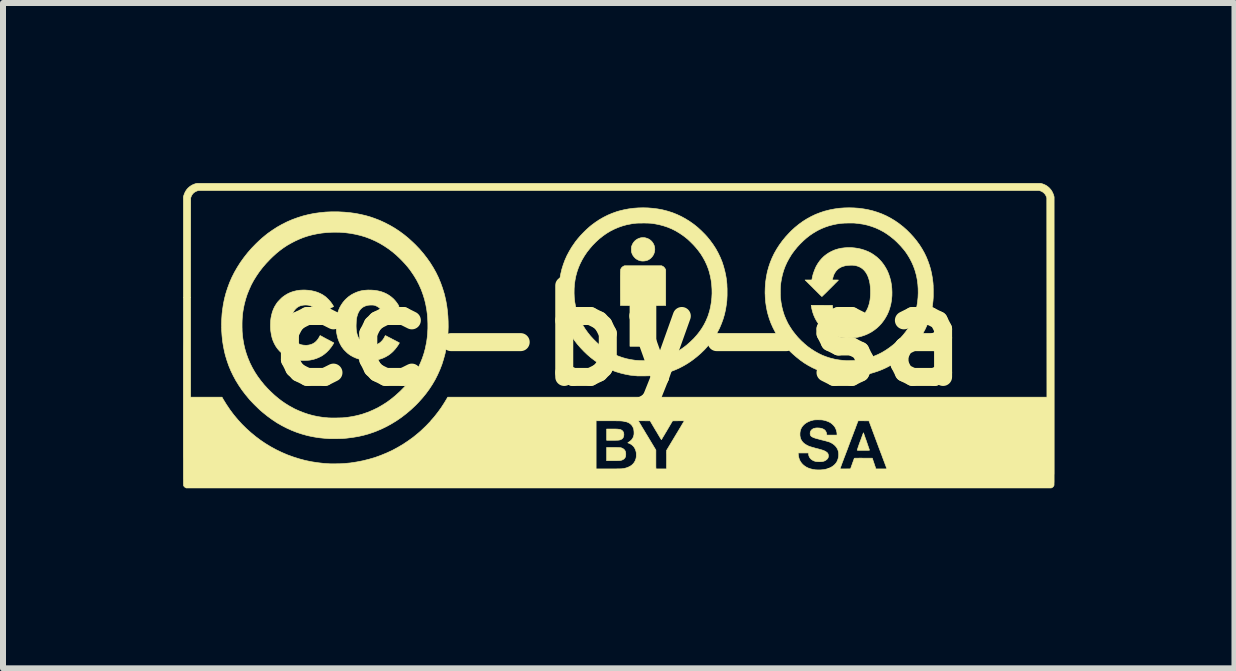
<source format=kicad_pcb>
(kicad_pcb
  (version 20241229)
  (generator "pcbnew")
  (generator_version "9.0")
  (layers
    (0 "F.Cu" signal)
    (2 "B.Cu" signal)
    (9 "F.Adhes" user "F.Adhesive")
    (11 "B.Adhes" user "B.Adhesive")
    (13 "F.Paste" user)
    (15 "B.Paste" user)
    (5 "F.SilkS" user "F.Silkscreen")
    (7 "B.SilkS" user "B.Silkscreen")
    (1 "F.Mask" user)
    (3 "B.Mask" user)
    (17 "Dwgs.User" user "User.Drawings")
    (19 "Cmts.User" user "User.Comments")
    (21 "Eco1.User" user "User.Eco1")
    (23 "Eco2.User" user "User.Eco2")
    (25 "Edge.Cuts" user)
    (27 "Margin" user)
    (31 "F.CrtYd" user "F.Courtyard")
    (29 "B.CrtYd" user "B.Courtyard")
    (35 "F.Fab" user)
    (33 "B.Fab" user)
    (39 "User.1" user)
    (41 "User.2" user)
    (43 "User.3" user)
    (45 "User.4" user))
  (footprint "cc-by-sa"
    (layer "F.Cu")
    (at 7.261 2.543)
    (property "Reference" "cc-by-sa" (at 0 0 0) (layer "F.SilkS") (effects (font (size 1.524 1.524) (thickness 0.3))))
    (attr through_hole)
    (fp_poly (pts (xy -0.116 1.557) (xy -0.085 1.557) (xy -0.059 1.557) (xy -0.036 1.558) (xy -0.017 1.559) (xy -0.001 1.561) (xy 0.012 1.563) (xy 0.023 1.565) (xy 0.033 1.568) (xy 0.042 1.572) (xy 0.05 1.577) (xy 0.051 1.577) (xy 0.065 1.589) (xy 0.076 1.604) (xy 0.083 1.622) (xy 0.086 1.643) (xy 0.086 1.658) (xy 0.082 1.679) (xy 0.076 1.697) (xy 0.067 1.711) (xy 0.054 1.723) (xy 0.043 1.729) (xy 0.036 1.733) (xy 0.029 1.736) (xy 0.022 1.738) (xy 0.014 1.74) (xy 0.004 1.742) (xy -0.008 1.743) (xy -0.022 1.744) (xy -0.039 1.744) (xy -0.06 1.745) (xy -0.085 1.745) (xy -0.103 1.745) (xy -0.201 1.745) (xy -0.201 1.557) (xy -0.116 1.557)) (stroke (width 0.01) (type solid)) (fill yes) (layer "F.SilkS"))
    (fp_poly (pts (xy 0.732 -1.156) (xy 0.75 -1.145) (xy 0.764 -1.13) (xy 0.775 -1.113) (xy 0.778 -1.108) (xy 0.784 -1.093) (xy 0.784 -0.502) (xy 0.703 -0.501) (xy 0.622 -0.5) (xy 0.622 0.178) (xy 0.188 0.178) (xy 0.188 -0.5) (xy 0.029 -0.502) (xy 0.028 -0.789) (xy 0.028 -0.834) (xy 0.028 -0.875) (xy 0.028 -0.912) (xy 0.028 -0.944) (xy 0.028 -0.973) (xy 0.028 -0.997) (xy 0.029 -1.019) (xy 0.029 -1.037) (xy 0.029 -1.053) (xy 0.03 -1.066) (xy 0.03 -1.076) (xy 0.031 -1.085) (xy 0.032 -1.092) (xy 0.032 -1.098) (xy 0.033 -1.103) (xy 0.035 -1.107) (xy 0.036 -1.111) (xy 0.038 -1.114) (xy 0.039 -1.116) (xy 0.048 -1.131) (xy 0.062 -1.144) (xy 0.077 -1.155) (xy 0.082 -1.157) (xy 0.098 -1.164) (xy 0.715 -1.164) (xy 0.732 -1.156)) (stroke (width 0.01) (type solid)) (fill yes) (layer "F.SilkS"))
    (fp_poly (pts (xy -0.088 1.865) (xy -0.06 1.865) (xy -0.035 1.865) (xy -0.015 1.866) (xy 0.001 1.866) (xy 0.015 1.867) (xy 0.026 1.868) (xy 0.035 1.869) (xy 0.043 1.871) (xy 0.049 1.873) (xy 0.056 1.876) (xy 0.062 1.879) (xy 0.069 1.882) (xy 0.086 1.894) (xy 0.099 1.908) (xy 0.109 1.924) (xy 0.115 1.944) (xy 0.118 1.968) (xy 0.118 1.978) (xy 0.117 1.997) (xy 0.115 2.012) (xy 0.111 2.025) (xy 0.104 2.037) (xy 0.1 2.043) (xy 0.088 2.056) (xy 0.072 2.066) (xy 0.056 2.074) (xy 0.05 2.076) (xy 0.041 2.078) (xy 0.033 2.08) (xy 0.023 2.082) (xy 0.011 2.083) (xy -0.003 2.084) (xy -0.02 2.084) (xy -0.041 2.085) (xy -0.065 2.085) (xy -0.094 2.085) (xy -0.101 2.085) (xy -0.201 2.085) (xy -0.201 1.864) (xy -0.088 1.865)) (stroke (width 0.01) (type solid)) (fill yes) (layer "F.SilkS"))
    (fp_poly (pts (xy 0.431 -1.632) (xy 0.446 -1.629) (xy 0.476 -1.62) (xy 0.503 -1.608) (xy 0.528 -1.591) (xy 0.55 -1.571) (xy 0.568 -1.548) (xy 0.583 -1.522) (xy 0.594 -1.494) (xy 0.6 -1.464) (xy 0.602 -1.437) (xy 0.599 -1.407) (xy 0.592 -1.378) (xy 0.581 -1.35) (xy 0.565 -1.324) (xy 0.546 -1.301) (xy 0.524 -1.281) (xy 0.498 -1.264) (xy 0.483 -1.257) (xy 0.459 -1.249) (xy 0.431 -1.244) (xy 0.403 -1.242) (xy 0.376 -1.244) (xy 0.36 -1.247) (xy 0.33 -1.257) (xy 0.303 -1.271) (xy 0.278 -1.289) (xy 0.257 -1.311) (xy 0.238 -1.336) (xy 0.224 -1.364) (xy 0.219 -1.378) (xy 0.216 -1.386) (xy 0.215 -1.394) (xy 0.213 -1.401) (xy 0.213 -1.41) (xy 0.212 -1.422) (xy 0.212 -1.437) (xy 0.212 -1.437) (xy 0.212 -1.453) (xy 0.213 -1.464) (xy 0.213 -1.473) (xy 0.214 -1.481) (xy 0.216 -1.488) (xy 0.219 -1.495) (xy 0.219 -1.497) (xy 0.232 -1.527) (xy 0.248 -1.553) (xy 0.267 -1.575) (xy 0.285 -1.591) (xy 0.311 -1.608) (xy 0.339 -1.621) (xy 0.369 -1.63) (xy 0.4 -1.633) (xy 0.431 -1.632)) (stroke (width 0.01) (type solid)) (fill yes) (layer "F.SilkS"))
    (fp_poly (pts (xy 4.08 1.622) (xy 4.083 1.63) (xy 4.087 1.641) (xy 4.092 1.655) (xy 4.098 1.673) (xy 4.105 1.693) (xy 4.113 1.716) (xy 4.122 1.74) (xy 4.13 1.764) (xy 4.139 1.79) (xy 4.147 1.814) (xy 4.155 1.837) (xy 4.162 1.857) (xy 4.168 1.874) (xy 4.173 1.889) (xy 4.177 1.9) (xy 4.179 1.907) (xy 4.18 1.909) (xy 4.179 1.91) (xy 4.176 1.911) (xy 4.171 1.911) (xy 4.162 1.912) (xy 4.15 1.912) (xy 4.134 1.912) (xy 4.114 1.912) (xy 4.09 1.912) (xy 4.078 1.912) (xy 4.05 1.912) (xy 4.026 1.912) (xy 4.007 1.912) (xy 3.993 1.912) (xy 3.983 1.911) (xy 3.977 1.91) (xy 3.975 1.91) (xy 3.975 1.91) (xy 3.976 1.906) (xy 3.978 1.899) (xy 3.982 1.888) (xy 3.987 1.874) (xy 3.992 1.857) (xy 3.999 1.838) (xy 4.006 1.817) (xy 4.014 1.795) (xy 4.022 1.773) (xy 4.031 1.75) (xy 4.039 1.728) (xy 4.047 1.706) (xy 4.054 1.686) (xy 4.061 1.667) (xy 4.067 1.651) (xy 4.072 1.638) (xy 4.076 1.628) (xy 4.078 1.622) (xy 4.079 1.62) (xy 4.08 1.622)) (stroke (width 0.01) (type solid)) (fill yes) (layer "F.SilkS"))
    (fp_poly (pts (xy -4.12 -0.758) (xy -4.064 -0.754) (xy -4.011 -0.745) (xy -3.961 -0.733) (xy -3.913 -0.716) (xy -3.868 -0.695) (xy -3.826 -0.67) (xy -3.786 -0.641) (xy -3.75 -0.609) (xy -3.717 -0.572) (xy -3.706 -0.557) (xy -3.697 -0.545) (xy -3.688 -0.532) (xy -3.679 -0.519) (xy -3.672 -0.507) (xy -3.666 -0.497) (xy -3.662 -0.489) (xy -3.661 -0.488) (xy -3.662 -0.486) (xy -3.665 -0.484) (xy -3.671 -0.48) (xy -3.679 -0.475) (xy -3.691 -0.469) (xy -3.706 -0.461) (xy -3.725 -0.452) (xy -3.748 -0.44) (xy -3.774 -0.427) (xy -3.787 -0.42) (xy -3.818 -0.405) (xy -3.845 -0.392) (xy -3.867 -0.381) (xy -3.885 -0.373) (xy -3.899 -0.366) (xy -3.908 -0.362) (xy -3.914 -0.36) (xy -3.916 -0.36) (xy -3.917 -0.364) (xy -3.921 -0.371) (xy -3.924 -0.378) (xy -3.944 -0.411) (xy -3.966 -0.439) (xy -3.99 -0.463) (xy -4.017 -0.482) (xy -4.045 -0.496) (xy -4.069 -0.505) (xy -4.082 -0.507) (xy -4.098 -0.509) (xy -4.117 -0.509) (xy -4.137 -0.509) (xy -4.156 -0.508) (xy -4.174 -0.506) (xy -4.189 -0.504) (xy -4.191 -0.503) (xy -4.223 -0.493) (xy -4.252 -0.48) (xy -4.277 -0.463) (xy -4.3 -0.442) (xy -4.319 -0.418) (xy -4.336 -0.389) (xy -4.35 -0.357) (xy -4.361 -0.32) (xy -4.369 -0.283) (xy -4.371 -0.267) (xy -4.373 -0.246) (xy -4.374 -0.223) (xy -4.375 -0.198) (xy -4.376 -0.173) (xy -4.376 -0.149) (xy -4.375 -0.127) (xy -4.374 -0.107) (xy -4.374 -0.105) (xy -4.368 -0.061) (xy -4.359 -0.02) (xy -4.346 0.016) (xy -4.331 0.049) (xy -4.313 0.077) (xy -4.292 0.101) (xy -4.268 0.121) (xy -4.241 0.137) (xy -4.211 0.149) (xy -4.195 0.154) (xy -4.181 0.157) (xy -4.166 0.159) (xy -4.15 0.161) (xy -4.13 0.161) (xy -4.125 0.161) (xy -4.091 0.16) (xy -4.061 0.156) (xy -4.034 0.149) (xy -4.01 0.138) (xy -3.986 0.124) (xy -3.964 0.106) (xy -3.958 0.101) (xy -3.935 0.076) (xy -3.915 0.048) (xy -3.9 0.02) (xy -3.895 0.011) (xy -3.891 0.004) (xy -3.889 0.000329) (xy -3.888 0) (xy -3.886 0.001) (xy -3.879 0.004) (xy -3.869 0.009) (xy -3.857 0.016) (xy -3.841 0.024) (xy -3.824 0.033) (xy -3.805 0.042) (xy -3.786 0.052) (xy -3.766 0.063) (xy -3.746 0.073) (xy -3.727 0.083) (xy -3.709 0.092) (xy -3.693 0.101) (xy -3.679 0.108) (xy -3.668 0.114) (xy -3.66 0.118) (xy -3.656 0.121) (xy -3.655 0.121) (xy -3.656 0.123) (xy -3.659 0.13) (xy -3.664 0.138) (xy -3.67 0.149) (xy -3.678 0.161) (xy -3.686 0.173) (xy -3.694 0.184) (xy -3.727 0.227) (xy -3.763 0.266) (xy -3.801 0.3) (xy -3.841 0.329) (xy -3.884 0.354) (xy -3.929 0.375) (xy -3.977 0.392) (xy -4.028 0.404) (xy -4.071 0.41) (xy -4.086 0.412) (xy -4.106 0.413) (xy -4.128 0.413) (xy -4.151 0.414) (xy -4.173 0.414) (xy -4.195 0.413) (xy -4.213 0.412) (xy -4.224 0.411) (xy -4.279 0.403) (xy -4.331 0.391) (xy -4.38 0.374) (xy -4.427 0.353) (xy -4.471 0.328) (xy -4.491 0.314) (xy -4.506 0.303) (xy -4.522 0.29) (xy -4.539 0.274) (xy -4.556 0.257) (xy -4.572 0.241) (xy -4.585 0.227) (xy -4.587 0.224) (xy -4.616 0.185) (xy -4.64 0.143) (xy -4.661 0.097) (xy -4.679 0.049) (xy -4.692 -0.003) (xy -4.703 -0.059) (xy -4.703 -0.06) (xy -4.704 -0.073) (xy -4.705 -0.09) (xy -4.706 -0.11) (xy -4.707 -0.133) (xy -4.707 -0.157) (xy -4.708 -0.181) (xy -4.707 -0.205) (xy -4.707 -0.227) (xy -4.706 -0.246) (xy -4.705 -0.262) (xy -4.704 -0.272) (xy -4.695 -0.327) (xy -4.682 -0.379) (xy -4.666 -0.427) (xy -4.646 -0.472) (xy -4.622 -0.514) (xy -4.595 -0.553) (xy -4.564 -0.59) (xy -4.539 -0.615) (xy -4.501 -0.648) (xy -4.46 -0.677) (xy -4.417 -0.701) (xy -4.372 -0.721) (xy -4.353 -0.728) (xy -4.32 -0.739) (xy -4.287 -0.747) (xy -4.254 -0.753) (xy -4.218 -0.756) (xy -4.179 -0.759) (xy -4.178 -0.759) (xy -4.12 -0.758)) (stroke (width 0.01) (type solid)) (fill yes) (layer "F.SilkS"))
    (fp_poly (pts (xy -5.226 -0.759) (xy -5.169 -0.755) (xy -5.116 -0.747) (xy -5.066 -0.736) (xy -5.019 -0.721) (xy -4.975 -0.702) (xy -4.933 -0.68) (xy -4.895 -0.654) (xy -4.881 -0.643) (xy -4.866 -0.629) (xy -4.849 -0.613) (xy -4.833 -0.597) (xy -4.818 -0.58) (xy -4.804 -0.564) (xy -4.796 -0.554) (xy -4.789 -0.544) (xy -4.781 -0.533) (xy -4.773 -0.521) (xy -4.766 -0.51) (xy -4.76 -0.5) (xy -4.755 -0.492) (xy -4.752 -0.487) (xy -4.752 -0.485) (xy -4.754 -0.484) (xy -4.76 -0.48) (xy -4.77 -0.475) (xy -4.783 -0.469) (xy -4.798 -0.461) (xy -4.815 -0.451) (xy -4.834 -0.442) (xy -4.854 -0.431) (xy -4.875 -0.421) (xy -4.895 -0.41) (xy -4.915 -0.4) (xy -4.934 -0.391) (xy -4.952 -0.382) (xy -4.967 -0.374) (xy -4.98 -0.367) (xy -4.991 -0.362) (xy -4.997 -0.359) (xy -5 -0.358) (xy -5.002 -0.36) (xy -5.006 -0.366) (xy -5.009 -0.371) (xy -5.015 -0.384) (xy -5.024 -0.399) (xy -5.035 -0.414) (xy -5.045 -0.429) (xy -5.055 -0.441) (xy -5.056 -0.442) (xy -5.079 -0.464) (xy -5.106 -0.482) (xy -5.134 -0.496) (xy -5.165 -0.505) (xy -5.167 -0.506) (xy -5.194 -0.509) (xy -5.223 -0.51) (xy -5.252 -0.508) (xy -5.281 -0.503) (xy -5.307 -0.496) (xy -5.319 -0.491) (xy -5.346 -0.477) (xy -5.37 -0.459) (xy -5.391 -0.438) (xy -5.41 -0.413) (xy -5.425 -0.385) (xy -5.438 -0.352) (xy -5.449 -0.315) (xy -5.457 -0.274) (xy -5.457 -0.273) (xy -5.459 -0.258) (xy -5.46 -0.239) (xy -5.461 -0.217) (xy -5.462 -0.193) (xy -5.462 -0.168) (xy -5.462 -0.143) (xy -5.461 -0.12) (xy -5.46 -0.1) (xy -5.458 -0.082) (xy -5.457 -0.076) (xy -5.449 -0.035) (xy -5.439 0.001) (xy -5.427 0.033) (xy -5.412 0.061) (xy -5.395 0.086) (xy -5.375 0.107) (xy -5.373 0.108) (xy -5.348 0.127) (xy -5.32 0.142) (xy -5.29 0.153) (xy -5.257 0.159) (xy -5.221 0.162) (xy -5.199 0.162) (xy -5.162 0.157) (xy -5.129 0.149) (xy -5.098 0.136) (xy -5.069 0.119) (xy -5.043 0.097) (xy -5.02 0.071) (xy -4.999 0.041) (xy -4.987 0.018) (xy -4.982 0.01) (xy -4.978 0.003) (xy -4.976 0.000186) (xy -4.975 0) (xy -4.971 0.001) (xy -4.967 0.004) (xy -4.964 0.005) (xy -4.956 0.009) (xy -4.945 0.015) (xy -4.931 0.023) (xy -4.915 0.032) (xy -4.896 0.042) (xy -4.876 0.053) (xy -4.855 0.064) (xy -4.833 0.075) (xy -4.813 0.086) (xy -4.795 0.095) (xy -4.779 0.104) (xy -4.766 0.111) (xy -4.756 0.116) (xy -4.749 0.12) (xy -4.747 0.121) (xy -4.747 0.121) (xy -4.748 0.123) (xy -4.751 0.129) (xy -4.756 0.138) (xy -4.763 0.148) (xy -4.77 0.16) (xy -4.778 0.172) (xy -4.786 0.184) (xy -4.794 0.194) (xy -4.795 0.196) (xy -4.829 0.238) (xy -4.865 0.275) (xy -4.903 0.307) (xy -4.943 0.336) (xy -4.987 0.359) (xy -5.033 0.379) (xy -5.082 0.395) (xy -5.134 0.406) (xy -5.137 0.407) (xy -5.152 0.409) (xy -5.172 0.411) (xy -5.195 0.412) (xy -5.219 0.413) (xy -5.244 0.413) (xy -5.269 0.413) (xy -5.292 0.413) (xy -5.313 0.412) (xy -5.328 0.41) (xy -5.383 0.401) (xy -5.434 0.388) (xy -5.483 0.371) (xy -5.529 0.349) (xy -5.572 0.324) (xy -5.612 0.294) (xy -5.649 0.26) (xy -5.654 0.255) (xy -5.686 0.218) (xy -5.714 0.178) (xy -5.738 0.135) (xy -5.759 0.089) (xy -5.776 0.04) (xy -5.788 -0.012) (xy -5.797 -0.067) (xy -5.801 -0.101) (xy -5.802 -0.124) (xy -5.803 -0.15) (xy -5.803 -0.178) (xy -5.802 -0.207) (xy -5.801 -0.235) (xy -5.799 -0.261) (xy -5.796 -0.283) (xy -5.796 -0.288) (xy -5.785 -0.342) (xy -5.772 -0.392) (xy -5.754 -0.44) (xy -5.732 -0.485) (xy -5.706 -0.527) (xy -5.689 -0.552) (xy -5.678 -0.565) (xy -5.664 -0.58) (xy -5.649 -0.596) (xy -5.633 -0.612) (xy -5.618 -0.627) (xy -5.604 -0.639) (xy -5.599 -0.643) (xy -5.557 -0.673) (xy -5.513 -0.699) (xy -5.467 -0.72) (xy -5.419 -0.736) (xy -5.369 -0.748) (xy -5.317 -0.756) (xy -5.263 -0.759) (xy -5.226 -0.759)) (stroke (width 0.01) (type solid)) (fill yes) (layer "F.SilkS"))
    (fp_poly (pts (xy 3.882 -1.466) (xy 3.934 -1.461) (xy 3.995 -1.452) (xy 4.053 -1.438) (xy 4.108 -1.42) (xy 4.162 -1.398) (xy 4.212 -1.372) (xy 4.259 -1.341) (xy 4.304 -1.307) (xy 4.345 -1.269) (xy 4.383 -1.227) (xy 4.418 -1.181) (xy 4.449 -1.132) (xy 4.477 -1.08) (xy 4.499 -1.028) (xy 4.518 -0.971) (xy 4.534 -0.912) (xy 4.545 -0.851) (xy 4.552 -0.788) (xy 4.555 -0.725) (xy 4.554 -0.662) (xy 4.548 -0.6) (xy 4.546 -0.583) (xy 4.535 -0.521) (xy 4.519 -0.462) (xy 4.5 -0.405) (xy 4.476 -0.351) (xy 4.448 -0.3) (xy 4.417 -0.252) (xy 4.382 -0.206) (xy 4.344 -0.164) (xy 4.303 -0.126) (xy 4.258 -0.091) (xy 4.21 -0.059) (xy 4.16 -0.032) (xy 4.107 -0.009) (xy 4.051 0.01) (xy 4.006 0.022) (xy 3.984 0.027) (xy 3.963 0.031) (xy 3.944 0.034) (xy 3.924 0.036) (xy 3.903 0.038) (xy 3.879 0.039) (xy 3.852 0.039) (xy 3.841 0.039) (xy 3.822 0.04) (xy 3.805 0.04) (xy 3.789 0.04) (xy 3.777 0.04) (xy 3.768 0.039) (xy 3.763 0.039) (xy 3.763 0.039) (xy 3.756 0.038) (xy 3.747 0.037) (xy 3.736 0.036) (xy 3.735 0.035) (xy 3.679 0.026) (xy 3.625 0.011) (xy 3.573 -0.007) (xy 3.525 -0.03) (xy 3.479 -0.056) (xy 3.436 -0.087) (xy 3.397 -0.121) (xy 3.36 -0.159) (xy 3.327 -0.2) (xy 3.298 -0.244) (xy 3.272 -0.292) (xy 3.25 -0.342) (xy 3.232 -0.395) (xy 3.218 -0.451) (xy 3.212 -0.484) (xy 3.209 -0.505) (xy 3.385 -0.505) (xy 3.562 -0.504) (xy 3.564 -0.484) (xy 3.569 -0.453) (xy 3.576 -0.423) (xy 3.587 -0.395) (xy 3.599 -0.37) (xy 3.601 -0.367) (xy 3.61 -0.355) (xy 3.621 -0.341) (xy 3.634 -0.327) (xy 3.647 -0.315) (xy 3.659 -0.305) (xy 3.66 -0.305) (xy 3.686 -0.289) (xy 3.715 -0.276) (xy 3.747 -0.266) (xy 3.782 -0.259) (xy 3.821 -0.254) (xy 3.821 -0.254) (xy 3.863 -0.252) (xy 3.902 -0.254) (xy 3.938 -0.26) (xy 3.971 -0.27) (xy 3.999 -0.282) (xy 4.031 -0.301) (xy 4.06 -0.325) (xy 4.087 -0.353) (xy 4.111 -0.384) (xy 4.133 -0.42) (xy 4.152 -0.459) (xy 4.165 -0.494) (xy 4.175 -0.527) (xy 4.183 -0.56) (xy 4.189 -0.593) (xy 4.193 -0.629) (xy 4.196 -0.667) (xy 4.197 -0.7) (xy 4.197 -0.758) (xy 4.194 -0.813) (xy 4.188 -0.864) (xy 4.179 -0.911) (xy 4.166 -0.955) (xy 4.151 -0.995) (xy 4.133 -1.031) (xy 4.112 -1.063) (xy 4.088 -1.091) (xy 4.061 -1.116) (xy 4.031 -1.136) (xy 4.021 -1.141) (xy 3.992 -1.154) (xy 3.963 -1.163) (xy 3.931 -1.17) (xy 3.897 -1.173) (xy 3.872 -1.173) (xy 3.827 -1.171) (xy 3.785 -1.166) (xy 3.747 -1.156) (xy 3.712 -1.144) (xy 3.681 -1.127) (xy 3.653 -1.107) (xy 3.628 -1.083) (xy 3.608 -1.055) (xy 3.59 -1.024) (xy 3.577 -0.99) (xy 3.571 -0.969) (xy 3.568 -0.956) (xy 3.565 -0.946) (xy 3.564 -0.937) (xy 3.563 -0.933) (xy 3.563 -0.927) (xy 3.613 -0.927) (xy 3.628 -0.927) (xy 3.641 -0.927) (xy 3.652 -0.926) (xy 3.659 -0.926) (xy 3.662 -0.925) (xy 3.662 -0.925) (xy 3.661 -0.923) (xy 3.656 -0.918) (xy 3.648 -0.909) (xy 3.637 -0.899) (xy 3.624 -0.885) (xy 3.609 -0.871) (xy 3.593 -0.854) (xy 3.575 -0.836) (xy 3.557 -0.818) (xy 3.538 -0.799) (xy 3.519 -0.78) (xy 3.499 -0.76) (xy 3.481 -0.742) (xy 3.463 -0.724) (xy 3.446 -0.707) (xy 3.43 -0.692) (xy 3.417 -0.679) (xy 3.405 -0.668) (xy 3.396 -0.659) (xy 3.39 -0.653) (xy 3.387 -0.65) (xy 3.387 -0.65) (xy 3.385 -0.652) (xy 3.379 -0.657) (xy 3.371 -0.665) (xy 3.359 -0.676) (xy 3.346 -0.689) (xy 3.33 -0.705) (xy 3.312 -0.723) (xy 3.293 -0.742) (xy 3.272 -0.763) (xy 3.25 -0.784) (xy 3.246 -0.789) (xy 3.107 -0.927) (xy 3.219 -0.927) (xy 3.223 -0.946) (xy 3.231 -0.987) (xy 3.242 -1.029) (xy 3.257 -1.071) (xy 3.273 -1.112) (xy 3.29 -1.15) (xy 3.293 -1.156) (xy 3.321 -1.203) (xy 3.352 -1.247) (xy 3.386 -1.286) (xy 3.424 -1.323) (xy 3.465 -1.355) (xy 3.508 -1.383) (xy 3.554 -1.407) (xy 3.603 -1.428) (xy 3.655 -1.444) (xy 3.708 -1.456) (xy 3.764 -1.463) (xy 3.822 -1.467) (xy 3.882 -1.466)) (stroke (width 0.01) (type solid)) (fill yes) (layer "F.SilkS"))
    (fp_poly (pts (xy 3.922 -2.128) (xy 4.004 -2.122) (xy 4.085 -2.111) (xy 4.152 -2.099) (xy 4.232 -2.08) (xy 4.31 -2.056) (xy 4.386 -2.028) (xy 4.46 -1.995) (xy 4.532 -1.957) (xy 4.602 -1.915) (xy 4.67 -1.868) (xy 4.736 -1.816) (xy 4.737 -1.816) (xy 4.8 -1.76) (xy 4.859 -1.701) (xy 4.915 -1.64) (xy 4.967 -1.576) (xy 5.015 -1.51) (xy 5.058 -1.442) (xy 5.097 -1.372) (xy 5.129 -1.305) (xy 5.155 -1.24) (xy 5.178 -1.175) (xy 5.198 -1.108) (xy 5.214 -1.039) (xy 5.227 -0.967) (xy 5.237 -0.891) (xy 5.239 -0.874) (xy 5.24 -0.854) (xy 5.242 -0.831) (xy 5.242 -0.804) (xy 5.243 -0.775) (xy 5.243 -0.744) (xy 5.243 -0.713) (xy 5.243 -0.682) (xy 5.243 -0.653) (xy 5.242 -0.626) (xy 5.24 -0.602) (xy 5.239 -0.582) (xy 5.239 -0.582) (xy 5.23 -0.506) (xy 5.218 -0.434) (xy 5.203 -0.366) (xy 5.184 -0.299) (xy 5.163 -0.235) (xy 5.138 -0.172) (xy 5.109 -0.109) (xy 5.106 -0.103) (xy 5.068 -0.032) (xy 5.026 0.037) (xy 4.979 0.103) (xy 4.928 0.167) (xy 4.872 0.229) (xy 4.812 0.288) (xy 4.748 0.345) (xy 4.678 0.4) (xy 4.673 0.404) (xy 4.607 0.45) (xy 4.537 0.493) (xy 4.466 0.531) (xy 4.392 0.565) (xy 4.317 0.594) (xy 4.24 0.619) (xy 4.162 0.64) (xy 4.084 0.655) (xy 4.005 0.666) (xy 3.925 0.671) (xy 3.91 0.672) (xy 3.894 0.672) (xy 3.879 0.673) (xy 3.866 0.673) (xy 3.856 0.674) (xy 3.852 0.674) (xy 3.845 0.674) (xy 3.835 0.674) (xy 3.821 0.674) (xy 3.805 0.673) (xy 3.789 0.673) (xy 3.787 0.673) (xy 3.702 0.668) (xy 3.62 0.658) (xy 3.54 0.643) (xy 3.461 0.624) (xy 3.384 0.6) (xy 3.309 0.571) (xy 3.236 0.538) (xy 3.164 0.5) (xy 3.094 0.457) (xy 3.026 0.409) (xy 2.96 0.356) (xy 2.895 0.299) (xy 2.866 0.272) (xy 2.805 0.209) (xy 2.749 0.144) (xy 2.697 0.078) (xy 2.65 0.009) (xy 2.608 -0.061) (xy 2.571 -0.133) (xy 2.538 -0.207) (xy 2.51 -0.283) (xy 2.487 -0.36) (xy 2.474 -0.412) (xy 2.46 -0.485) (xy 2.449 -0.561) (xy 2.443 -0.638) (xy 2.44 -0.717) (xy 2.44 -0.725) (xy 2.694 -0.725) (xy 2.694 -0.699) (xy 2.694 -0.675) (xy 2.695 -0.654) (xy 2.696 -0.635) (xy 2.697 -0.624) (xy 2.707 -0.548) (xy 2.721 -0.474) (xy 2.739 -0.404) (xy 2.761 -0.335) (xy 2.789 -0.269) (xy 2.82 -0.204) (xy 2.857 -0.142) (xy 2.898 -0.08) (xy 2.944 -0.021) (xy 2.985 0.028) (xy 3.038 0.083) (xy 3.093 0.134) (xy 3.15 0.182) (xy 3.21 0.225) (xy 3.271 0.264) (xy 3.334 0.299) (xy 3.398 0.33) (xy 3.464 0.355) (xy 3.516 0.372) (xy 3.558 0.383) (xy 3.599 0.393) (xy 3.64 0.401) (xy 3.681 0.407) (xy 3.726 0.412) (xy 3.773 0.416) (xy 3.793 0.418) (xy 3.805 0.418) (xy 3.821 0.418) (xy 3.84 0.418) (xy 3.861 0.417) (xy 3.883 0.417) (xy 3.905 0.416) (xy 3.926 0.415) (xy 3.944 0.414) (xy 3.96 0.413) (xy 3.961 0.413) (xy 4.036 0.403) (xy 4.11 0.389) (xy 4.181 0.369) (xy 4.251 0.345) (xy 4.32 0.316) (xy 4.386 0.283) (xy 4.451 0.244) (xy 4.514 0.201) (xy 4.576 0.153) (xy 4.58 0.15) (xy 4.639 0.098) (xy 4.693 0.044) (xy 4.743 -0.012) (xy 4.788 -0.069) (xy 4.828 -0.128) (xy 4.864 -0.189) (xy 4.895 -0.253) (xy 4.922 -0.318) (xy 4.945 -0.386) (xy 4.956 -0.428) (xy 4.971 -0.496) (xy 4.982 -0.566) (xy 4.989 -0.637) (xy 4.992 -0.71) (xy 4.991 -0.782) (xy 4.986 -0.854) (xy 4.977 -0.925) (xy 4.964 -0.994) (xy 4.956 -1.025) (xy 4.936 -1.095) (xy 4.911 -1.163) (xy 4.881 -1.23) (xy 4.847 -1.294) (xy 4.809 -1.356) (xy 4.774 -1.406) (xy 4.751 -1.435) (xy 4.725 -1.465) (xy 4.697 -1.497) (xy 4.667 -1.528) (xy 4.637 -1.559) (xy 4.608 -1.586) (xy 4.593 -1.6) (xy 4.534 -1.648) (xy 4.474 -1.692) (xy 4.412 -1.731) (xy 4.348 -1.765) (xy 4.282 -1.795) (xy 4.214 -1.82) (xy 4.144 -1.841) (xy 4.072 -1.857) (xy 3.997 -1.868) (xy 3.934 -1.875) (xy 3.916 -1.876) (xy 3.895 -1.876) (xy 3.871 -1.876) (xy 3.845 -1.876) (xy 3.818 -1.876) (xy 3.791 -1.875) (xy 3.766 -1.875) (xy 3.743 -1.873) (xy 3.722 -1.872) (xy 3.708 -1.871) (xy 3.638 -1.861) (xy 3.571 -1.847) (xy 3.506 -1.83) (xy 3.444 -1.809) (xy 3.384 -1.785) (xy 3.324 -1.756) (xy 3.297 -1.741) (xy 3.24 -1.707) (xy 3.184 -1.669) (xy 3.129 -1.626) (xy 3.076 -1.579) (xy 3.025 -1.529) (xy 2.976 -1.476) (xy 2.93 -1.42) (xy 2.888 -1.363) (xy 2.876 -1.345) (xy 2.838 -1.282) (xy 2.804 -1.219) (xy 2.775 -1.155) (xy 2.75 -1.088) (xy 2.73 -1.02) (xy 2.714 -0.95) (xy 2.702 -0.877) (xy 2.697 -0.832) (xy 2.696 -0.816) (xy 2.695 -0.797) (xy 2.694 -0.774) (xy 2.694 -0.75) (xy 2.694 -0.725) (xy 2.44 -0.725) (xy 2.442 -0.795) (xy 2.447 -0.873) (xy 2.45 -0.899) (xy 2.462 -0.982) (xy 2.478 -1.063) (xy 2.5 -1.142) (xy 2.526 -1.219) (xy 2.557 -1.295) (xy 2.592 -1.368) (xy 2.633 -1.44) (xy 2.678 -1.51) (xy 2.728 -1.579) (xy 2.782 -1.645) (xy 2.842 -1.71) (xy 2.875 -1.744) (xy 2.937 -1.801) (xy 3.002 -1.854) (xy 3.068 -1.902) (xy 3.136 -1.945) (xy 3.207 -1.984) (xy 3.28 -2.019) (xy 3.355 -2.048) (xy 3.432 -2.074) (xy 3.445 -2.077) (xy 3.52 -2.096) (xy 3.598 -2.111) (xy 3.677 -2.122) (xy 3.758 -2.128) (xy 3.84 -2.13) (xy 3.922 -2.128)) (stroke (width 0.01) (type solid)) (fill yes) (layer "F.SilkS"))
    (fp_poly (pts (xy 0.489 -2.128) (xy 0.571 -2.121) (xy 0.651 -2.111) (xy 0.731 -2.096) (xy 0.809 -2.076) (xy 0.819 -2.073) (xy 0.895 -2.049) (xy 0.97 -2.019) (xy 1.043 -1.985) (xy 1.114 -1.946) (xy 1.183 -1.903) (xy 1.25 -1.856) (xy 1.315 -1.804) (xy 1.377 -1.747) (xy 1.437 -1.687) (xy 1.471 -1.65) (xy 1.524 -1.585) (xy 1.573 -1.518) (xy 1.618 -1.449) (xy 1.657 -1.378) (xy 1.692 -1.305) (xy 1.723 -1.23) (xy 1.748 -1.153) (xy 1.769 -1.074) (xy 1.78 -1.025) (xy 1.787 -0.988) (xy 1.793 -0.953) (xy 1.797 -0.92) (xy 1.801 -0.887) (xy 1.804 -0.854) (xy 1.805 -0.818) (xy 1.807 -0.78) (xy 1.807 -0.738) (xy 1.807 -0.729) (xy 1.807 -0.698) (xy 1.807 -0.671) (xy 1.806 -0.648) (xy 1.805 -0.627) (xy 1.804 -0.607) (xy 1.803 -0.587) (xy 1.801 -0.567) (xy 1.798 -0.545) (xy 1.795 -0.521) (xy 1.794 -0.514) (xy 1.781 -0.432) (xy 1.763 -0.352) (xy 1.74 -0.274) (xy 1.712 -0.198) (xy 1.681 -0.124) (xy 1.644 -0.053) (xy 1.603 0.017) (xy 1.557 0.084) (xy 1.507 0.148) (xy 1.452 0.211) (xy 1.429 0.236) (xy 1.366 0.297) (xy 1.3 0.354) (xy 1.233 0.406) (xy 1.164 0.454) (xy 1.093 0.497) (xy 1.02 0.536) (xy 0.945 0.57) (xy 0.869 0.599) (xy 0.791 0.623) (xy 0.711 0.643) (xy 0.631 0.657) (xy 0.629 0.658) (xy 0.606 0.661) (xy 0.586 0.664) (xy 0.567 0.666) (xy 0.549 0.668) (xy 0.531 0.669) (xy 0.512 0.67) (xy 0.491 0.671) (xy 0.467 0.671) (xy 0.44 0.672) (xy 0.42 0.672) (xy 0.398 0.672) (xy 0.376 0.672) (xy 0.357 0.672) (xy 0.34 0.672) (xy 0.326 0.672) (xy 0.316 0.672) (xy 0.311 0.672) (xy 0.31 0.672) (xy 0.304 0.671) (xy 0.294 0.67) (xy 0.282 0.669) (xy 0.269 0.668) (xy 0.268 0.668) (xy 0.188 0.659) (xy 0.109 0.644) (xy 0.031 0.625) (xy -0.046 0.602) (xy -0.122 0.573) (xy -0.195 0.54) (xy -0.266 0.503) (xy -0.269 0.501) (xy -0.335 0.461) (xy -0.399 0.417) (xy -0.463 0.368) (xy -0.524 0.316) (xy -0.582 0.26) (xy -0.638 0.201) (xy -0.691 0.14) (xy -0.739 0.077) (xy -0.784 0.013) (xy -0.807 -0.024) (xy -0.846 -0.093) (xy -0.88 -0.164) (xy -0.91 -0.237) (xy -0.935 -0.311) (xy -0.956 -0.388) (xy -0.973 -0.467) (xy -0.986 -0.549) (xy -0.991 -0.594) (xy -0.992 -0.608) (xy -0.993 -0.626) (xy -0.993 -0.647) (xy -0.994 -0.671) (xy -0.994 -0.697) (xy -0.994 -0.707) (xy -0.743 -0.707) (xy -0.74 -0.633) (xy -0.732 -0.56) (xy -0.719 -0.488) (xy -0.702 -0.417) (xy -0.687 -0.37) (xy -0.662 -0.303) (xy -0.633 -0.238) (xy -0.598 -0.174) (xy -0.559 -0.111) (xy -0.516 -0.051) (xy -0.469 0.008) (xy -0.417 0.064) (xy -0.362 0.118) (xy -0.329 0.147) (xy -0.269 0.195) (xy -0.207 0.239) (xy -0.143 0.277) (xy -0.077 0.312) (xy -0.009 0.341) (xy 0.061 0.366) (xy 0.132 0.386) (xy 0.205 0.401) (xy 0.279 0.412) (xy 0.355 0.417) (xy 0.432 0.418) (xy 0.471 0.416) (xy 0.548 0.41) (xy 0.623 0.399) (xy 0.695 0.383) (xy 0.766 0.362) (xy 0.835 0.337) (xy 0.902 0.307) (xy 0.968 0.273) (xy 1.032 0.233) (xy 1.094 0.189) (xy 1.135 0.157) (xy 1.195 0.104) (xy 1.251 0.05) (xy 1.301 -0.006) (xy 1.347 -0.064) (xy 1.388 -0.123) (xy 1.425 -0.185) (xy 1.457 -0.249) (xy 1.485 -0.315) (xy 1.495 -0.344) (xy 1.516 -0.412) (xy 1.532 -0.482) (xy 1.544 -0.554) (xy 1.552 -0.627) (xy 1.556 -0.701) (xy 1.555 -0.775) (xy 1.55 -0.849) (xy 1.541 -0.921) (xy 1.527 -0.993) (xy 1.51 -1.062) (xy 1.495 -1.11) (xy 1.469 -1.177) (xy 1.439 -1.242) (xy 1.404 -1.305) (xy 1.366 -1.366) (xy 1.322 -1.425) (xy 1.278 -1.478) (xy 1.264 -1.493) (xy 1.248 -1.511) (xy 1.229 -1.53) (xy 1.21 -1.549) (xy 1.191 -1.568) (xy 1.172 -1.586) (xy 1.155 -1.602) (xy 1.14 -1.615) (xy 1.137 -1.617) (xy 1.076 -1.665) (xy 1.014 -1.707) (xy 0.951 -1.745) (xy 0.885 -1.778) (xy 0.818 -1.806) (xy 0.749 -1.829) (xy 0.678 -1.848) (xy 0.618 -1.86) (xy 0.596 -1.864) (xy 0.575 -1.867) (xy 0.557 -1.87) (xy 0.539 -1.872) (xy 0.521 -1.873) (xy 0.503 -1.874) (xy 0.483 -1.875) (xy 0.46 -1.875) (xy 0.433 -1.876) (xy 0.408 -1.876) (xy 0.378 -1.875) (xy 0.352 -1.875) (xy 0.329 -1.875) (xy 0.309 -1.874) (xy 0.291 -1.873) (xy 0.274 -1.871) (xy 0.256 -1.869) (xy 0.238 -1.867) (xy 0.218 -1.864) (xy 0.205 -1.861) (xy 0.132 -1.847) (xy 0.061 -1.827) (xy -0.008 -1.803) (xy -0.075 -1.774) (xy -0.14 -1.741) (xy -0.203 -1.703) (xy -0.264 -1.66) (xy -0.323 -1.613) (xy -0.38 -1.561) (xy -0.436 -1.504) (xy -0.481 -1.451) (xy -0.528 -1.392) (xy -0.57 -1.33) (xy -0.608 -1.266) (xy -0.641 -1.201) (xy -0.67 -1.134) (xy -0.694 -1.065) (xy -0.713 -0.996) (xy -0.726 -0.931) (xy -0.737 -0.857) (xy -0.742 -0.782) (xy -0.743 -0.707) (xy -0.994 -0.707) (xy -0.994 -0.723) (xy -0.994 -0.75) (xy -0.994 -0.776) (xy -0.994 -0.801) (xy -0.993 -0.823) (xy -0.992 -0.842) (xy -0.991 -0.857) (xy -0.991 -0.861) (xy -0.981 -0.945) (xy -0.966 -1.027) (xy -0.947 -1.107) (xy -0.923 -1.184) (xy -0.895 -1.259) (xy -0.862 -1.333) (xy -0.824 -1.404) (xy -0.782 -1.475) (xy -0.735 -1.543) (xy -0.722 -1.562) (xy -0.68 -1.615) (xy -0.635 -1.667) (xy -0.586 -1.718) (xy -0.536 -1.767) (xy -0.486 -1.812) (xy -0.456 -1.837) (xy -0.39 -1.886) (xy -0.323 -1.931) (xy -0.253 -1.971) (xy -0.182 -2.007) (xy -0.108 -2.038) (xy -0.033 -2.065) (xy 0.008 -2.077) (xy 0.085 -2.096) (xy 0.163 -2.111) (xy 0.243 -2.122) (xy 0.325 -2.128) (xy 0.407 -2.13) (xy 0.489 -2.128)) (stroke (width 0.01) (type solid)) (fill yes) (layer "F.SilkS"))
    (fp_poly (pts (xy -4.682 -2.063) (xy -4.661 -2.062) (xy -4.566 -2.057) (xy -4.474 -2.048) (xy -4.385 -2.036) (xy -4.299 -2.019) (xy -4.214 -1.999) (xy -4.132 -1.975) (xy -4.071 -1.954) (xy -3.983 -1.92) (xy -3.898 -1.881) (xy -3.815 -1.838) (xy -3.734 -1.791) (xy -3.655 -1.739) (xy -3.579 -1.683) (xy -3.504 -1.622) (xy -3.432 -1.556) (xy -3.388 -1.514) (xy -3.319 -1.442) (xy -3.255 -1.367) (xy -3.196 -1.291) (xy -3.141 -1.213) (xy -3.091 -1.133) (xy -3.045 -1.051) (xy -3.004 -0.967) (xy -2.968 -0.88) (xy -2.936 -0.791) (xy -2.908 -0.7) (xy -2.898 -0.66) (xy -2.88 -0.58) (xy -2.865 -0.496) (xy -2.854 -0.41) (xy -2.846 -0.322) (xy -2.842 -0.233) (xy -2.841 -0.143) (xy -2.844 -0.054) (xy -2.85 0.035) (xy -2.859 0.109) (xy -2.874 0.205) (xy -2.893 0.299) (xy -2.918 0.391) (xy -2.946 0.48) (xy -2.98 0.568) (xy -3.018 0.653) (xy -3.06 0.736) (xy -3.107 0.816) (xy -3.159 0.895) (xy -3.215 0.971) (xy -3.276 1.045) (xy -3.341 1.117) (xy -3.388 1.165) (xy -3.463 1.235) (xy -3.54 1.3) (xy -3.619 1.361) (xy -3.7 1.417) (xy -3.783 1.468) (xy -3.868 1.515) (xy -3.955 1.557) (xy -4.045 1.595) (xy -4.085 1.61) (xy -4.168 1.638) (xy -4.255 1.662) (xy -4.344 1.682) (xy -4.436 1.697) (xy -4.53 1.709) (xy -4.586 1.714) (xy -4.596 1.715) (xy -4.612 1.716) (xy -4.63 1.716) (xy -4.651 1.717) (xy -4.673 1.717) (xy -4.696 1.718) (xy -4.72 1.718) (xy -4.742 1.718) (xy -4.763 1.718) (xy -4.782 1.718) (xy -4.798 1.718) (xy -4.809 1.718) (xy -4.813 1.718) (xy -4.872 1.714) (xy -4.928 1.709) (xy -4.979 1.704) (xy -5.029 1.697) (xy -5.077 1.689) (xy -5.124 1.68) (xy -5.171 1.67) (xy -5.193 1.665) (xy -5.282 1.64) (xy -5.369 1.611) (xy -5.453 1.578) (xy -5.536 1.54) (xy -5.617 1.498) (xy -5.697 1.452) (xy -5.775 1.4) (xy -5.852 1.344) (xy -5.928 1.283) (xy -5.963 1.253) (xy -5.978 1.24) (xy -5.996 1.223) (xy -6.016 1.204) (xy -6.037 1.183) (xy -6.059 1.162) (xy -6.081 1.14) (xy -6.102 1.118) (xy -6.121 1.098) (xy -6.138 1.08) (xy -6.153 1.064) (xy -6.155 1.061) (xy -6.218 0.985) (xy -6.277 0.908) (xy -6.33 0.83) (xy -6.379 0.751) (xy -6.423 0.67) (xy -6.463 0.587) (xy -6.498 0.503) (xy -6.528 0.417) (xy -6.555 0.328) (xy -6.571 0.262) (xy -6.588 0.177) (xy -6.602 0.09) (xy -6.611 0.000301) (xy -6.617 -0.09) (xy -6.618 -0.171) (xy -6.277 -0.171) (xy -6.277 -0.139) (xy -6.276 -0.11) (xy -6.276 -0.085) (xy -6.275 -0.062) (xy -6.273 -0.039) (xy -6.271 -0.017) (xy -6.269 0.006) (xy -6.266 0.03) (xy -6.263 0.053) (xy -6.249 0.137) (xy -6.23 0.22) (xy -6.206 0.301) (xy -6.177 0.381) (xy -6.144 0.459) (xy -6.106 0.535) (xy -6.063 0.61) (xy -6.016 0.682) (xy -5.964 0.752) (xy -5.908 0.821) (xy -5.853 0.881) (xy -5.794 0.94) (xy -5.736 0.994) (xy -5.677 1.044) (xy -5.617 1.09) (xy -5.556 1.132) (xy -5.493 1.171) (xy -5.427 1.207) (xy -5.402 1.221) (xy -5.327 1.255) (xy -5.251 1.285) (xy -5.174 1.311) (xy -5.094 1.333) (xy -5.013 1.35) (xy -4.928 1.363) (xy -4.842 1.371) (xy -4.841 1.371) (xy -4.83 1.372) (xy -4.815 1.372) (xy -4.796 1.373) (xy -4.775 1.373) (xy -4.752 1.373) (xy -4.727 1.373) (xy -4.702 1.373) (xy -4.678 1.372) (xy -4.654 1.372) (xy -4.633 1.371) (xy -4.613 1.371) (xy -4.597 1.37) (xy -4.585 1.369) (xy -4.582 1.369) (xy -4.513 1.361) (xy -4.449 1.351) (xy -4.388 1.339) (xy -4.329 1.325) (xy -4.271 1.309) (xy -4.248 1.301) (xy -4.168 1.273) (xy -4.09 1.239) (xy -4.013 1.202) (xy -3.939 1.159) (xy -3.866 1.113) (xy -3.795 1.061) (xy -3.725 1.004) (xy -3.708 0.989) (xy -3.641 0.928) (xy -3.579 0.865) (xy -3.521 0.801) (xy -3.468 0.735) (xy -3.42 0.668) (xy -3.376 0.598) (xy -3.337 0.527) (xy -3.303 0.454) (xy -3.272 0.378) (xy -3.246 0.3) (xy -3.224 0.22) (xy -3.207 0.137) (xy -3.201 0.107) (xy -3.191 0.034) (xy -3.184 -0.043) (xy -3.18 -0.121) (xy -3.18 -0.2) (xy -3.183 -0.278) (xy -3.189 -0.355) (xy -3.199 -0.43) (xy -3.199 -0.432) (xy -3.215 -0.518) (xy -3.235 -0.602) (xy -3.261 -0.685) (xy -3.29 -0.765) (xy -3.325 -0.844) (xy -3.364 -0.92) (xy -3.408 -0.994) (xy -3.456 -1.065) (xy -3.478 -1.096) (xy -3.518 -1.147) (xy -3.562 -1.198) (xy -3.609 -1.248) (xy -3.658 -1.297) (xy -3.707 -1.343) (xy -3.757 -1.385) (xy -3.766 -1.393) (xy -3.836 -1.446) (xy -3.909 -1.495) (xy -3.983 -1.539) (xy -4.059 -1.578) (xy -4.138 -1.613) (xy -4.218 -1.643) (xy -4.3 -1.668) (xy -4.384 -1.688) (xy -4.469 -1.704) (xy -4.556 -1.715) (xy -4.645 -1.722) (xy -4.736 -1.723) (xy -4.788 -1.722) (xy -4.873 -1.717) (xy -4.954 -1.708) (xy -5.033 -1.695) (xy -5.109 -1.679) (xy -5.183 -1.659) (xy -5.256 -1.635) (xy -5.327 -1.606) (xy -5.393 -1.576) (xy -5.46 -1.541) (xy -5.525 -1.504) (xy -5.587 -1.463) (xy -5.648 -1.418) (xy -5.708 -1.369) (xy -5.766 -1.316) (xy -5.807 -1.276) (xy -5.872 -1.208) (xy -5.932 -1.139) (xy -5.987 -1.068) (xy -6.037 -0.995) (xy -6.083 -0.921) (xy -6.124 -0.845) (xy -6.159 -0.767) (xy -6.191 -0.688) (xy -6.217 -0.608) (xy -6.239 -0.525) (xy -6.25 -0.472) (xy -6.257 -0.433) (xy -6.263 -0.396) (xy -6.268 -0.36) (xy -6.271 -0.324) (xy -6.274 -0.287) (xy -6.276 -0.248) (xy -6.277 -0.206) (xy -6.277 -0.171) (xy -6.618 -0.171) (xy -6.619 -0.182) (xy -6.616 -0.274) (xy -6.61 -0.365) (xy -6.603 -0.424) (xy -6.589 -0.519) (xy -6.57 -0.613) (xy -6.546 -0.705) (xy -6.517 -0.795) (xy -6.484 -0.884) (xy -6.446 -0.971) (xy -6.403 -1.056) (xy -6.355 -1.139) (xy -6.303 -1.221) (xy -6.246 -1.3) (xy -6.185 -1.378) (xy -6.119 -1.454) (xy -6.048 -1.527) (xy -6.042 -1.533) (xy -5.993 -1.58) (xy -5.944 -1.624) (xy -5.895 -1.665) (xy -5.846 -1.704) (xy -5.793 -1.741) (xy -5.769 -1.758) (xy -5.69 -1.809) (xy -5.608 -1.855) (xy -5.524 -1.897) (xy -5.438 -1.934) (xy -5.35 -1.966) (xy -5.261 -1.994) (xy -5.169 -2.017) (xy -5.075 -2.036) (xy -4.979 -2.049) (xy -4.882 -2.059) (xy -4.783 -2.063) (xy -4.682 -2.063)) (stroke (width 0.01) (type solid)) (fill yes) (layer "F.SilkS"))
    (fp_poly (pts (xy 7.054 -2.532) (xy 7.09 -2.519) (xy 7.123 -2.503) (xy 7.153 -2.482) (xy 7.18 -2.458) (xy 7.204 -2.43) (xy 7.224 -2.399) (xy 7.24 -2.365) (xy 7.251 -2.335) (xy 7.257 -2.31) (xy 7.258 0.089) (xy 7.258 0.222) (xy 7.258 0.35) (xy 7.258 0.473) (xy 7.258 0.592) (xy 7.258 0.706) (xy 7.258 0.815) (xy 7.258 0.919) (xy 7.258 1.02) (xy 7.258 1.116) (xy 7.258 1.207) (xy 7.258 1.295) (xy 7.258 1.378) (xy 7.258 1.458) (xy 7.258 1.534) (xy 7.258 1.606) (xy 7.258 1.674) (xy 7.258 1.739) (xy 7.258 1.8) (xy 7.258 1.858) (xy 7.258 1.913) (xy 7.258 1.964) (xy 7.258 2.013) (xy 7.258 2.058) (xy 7.258 2.1) (xy 7.258 2.14) (xy 7.258 2.177) (xy 7.258 2.211) (xy 7.258 2.243) (xy 7.258 2.273) (xy 7.258 2.3) (xy 7.257 2.325) (xy 7.257 2.347) (xy 7.257 2.368) (xy 7.257 2.387) (xy 7.257 2.404) (xy 7.257 2.419) (xy 7.257 2.432) (xy 7.257 2.444) (xy 7.256 2.455) (xy 7.256 2.464) (xy 7.256 2.471) (xy 7.256 2.478) (xy 7.256 2.483) (xy 7.256 2.488) (xy 7.255 2.492) (xy 7.255 2.494) (xy 7.255 2.496) (xy 7.255 2.498) (xy 7.255 2.499) (xy 7.255 2.499) (xy 7.246 2.514) (xy 7.234 2.526) (xy 7.222 2.534) (xy 7.209 2.54) (xy -7.207 2.54) (xy -7.219 2.534) (xy -7.234 2.524) (xy -7.246 2.511) (xy -7.252 2.499) (xy -7.252 2.498) (xy -7.252 2.497) (xy -7.253 2.495) (xy -7.253 2.492) (xy -7.253 2.488) (xy -7.253 2.484) (xy -7.253 2.479) (xy -7.254 2.472) (xy -7.254 2.465) (xy -7.254 2.456) (xy -7.254 2.445) (xy -7.254 2.434) (xy -7.254 2.42) (xy -7.254 2.405) (xy -7.255 2.389) (xy -7.255 2.37) (xy -7.255 2.35) (xy -7.255 2.327) (xy -7.255 2.303) (xy -7.255 2.276) (xy -7.255 2.246) (xy -7.255 2.222) (xy -0.376 2.222) (xy -0.177 2.222) (xy -0.141 2.222) (xy -0.107 2.222) (xy -0.075 2.222) (xy -0.046 2.222) (xy -0.02 2.221) (xy 0.002 2.221) (xy 0.021 2.221) (xy 0.036 2.22) (xy 0.046 2.22) (xy 0.05 2.22) (xy 0.09 2.214) (xy 0.127 2.205) (xy 0.161 2.192) (xy 0.192 2.177) (xy 0.219 2.158) (xy 0.242 2.136) (xy 0.261 2.112) (xy 0.276 2.084) (xy 0.287 2.054) (xy 0.291 2.037) (xy 0.293 2.023) (xy 0.294 2.005) (xy 0.294 1.986) (xy 0.294 1.967) (xy 0.293 1.951) (xy 0.291 1.939) (xy 0.282 1.907) (xy 0.269 1.879) (xy 0.253 1.853) (xy 0.233 1.832) (xy 0.209 1.813) (xy 0.182 1.799) (xy 0.175 1.796) (xy 0.165 1.792) (xy 0.158 1.789) (xy 0.153 1.788) (xy 0.153 1.787) (xy 0.153 1.786) (xy 0.156 1.783) (xy 0.163 1.779) (xy 0.189 1.761) (xy 0.212 1.741) (xy 0.229 1.719) (xy 0.243 1.694) (xy 0.251 1.667) (xy 0.253 1.661) (xy 0.255 1.649) (xy 0.256 1.637) (xy 0.256 1.623) (xy 0.256 1.606) (xy 0.254 1.586) (xy 0.252 1.568) (xy 0.249 1.553) (xy 0.244 1.539) (xy 0.236 1.523) (xy 0.236 1.523) (xy 0.223 1.5) (xy 0.206 1.481) (xy 0.186 1.464) (xy 0.162 1.45) (xy 0.134 1.439) (xy 0.103 1.431) (xy 0.067 1.425) (xy 0.036 1.422) (xy 0.027 1.422) (xy 0.014 1.421) (xy -0.003 1.421) (xy -0.019 1.421) (xy 0.328 1.421) (xy 0.329 1.423) (xy 0.333 1.43) (xy 0.339 1.44) (xy 0.347 1.453) (xy 0.357 1.47) (xy 0.369 1.49) (xy 0.382 1.513) (xy 0.397 1.538) (xy 0.414 1.565) (xy 0.431 1.594) (xy 0.449 1.624) (xy 0.468 1.656) (xy 0.474 1.665) (xy 0.62 1.908) (xy 0.62 2.063) (xy 0.62 2.091) (xy 0.62 2.117) (xy 0.62 2.141) (xy 0.62 2.163) (xy 0.62 2.182) (xy 0.621 2.198) (xy 0.621 2.21) (xy 0.621 2.217) (xy 0.621 2.221) (xy 0.621 2.221) (xy 0.624 2.221) (xy 0.632 2.221) (xy 0.643 2.222) (xy 0.657 2.222) (xy 0.675 2.222) (xy 0.694 2.222) (xy 0.71 2.222) (xy 0.797 2.222) (xy 0.798 2.068) (xy 0.798 1.956) (xy 2.992 1.956) (xy 2.992 1.962) (xy 2.992 1.967) (xy 2.993 1.975) (xy 2.994 1.986) (xy 2.994 1.993) (xy 3.001 2.029) (xy 3.011 2.063) (xy 3.026 2.094) (xy 3.045 2.122) (xy 3.067 2.147) (xy 3.094 2.17) (xy 3.124 2.19) (xy 3.158 2.207) (xy 3.195 2.22) (xy 3.236 2.23) (xy 3.279 2.237) (xy 3.285 2.237) (xy 3.303 2.238) (xy 3.324 2.239) (xy 3.348 2.239) (xy 3.371 2.238) (xy 3.394 2.236) (xy 3.413 2.234) (xy 3.416 2.234) (xy 3.456 2.226) (xy 3.473 2.221) (xy 3.688 2.221) (xy 3.69 2.221) (xy 3.697 2.221) (xy 3.708 2.222) (xy 3.722 2.222) (xy 3.739 2.222) (xy 3.758 2.222) (xy 3.776 2.222) (xy 3.864 2.221) (xy 3.895 2.134) (xy 3.902 2.114) (xy 3.909 2.095) (xy 3.915 2.079) (xy 3.92 2.065) (xy 3.924 2.054) (xy 3.927 2.047) (xy 3.928 2.044) (xy 3.931 2.044) (xy 3.939 2.043) (xy 3.952 2.043) (xy 3.969 2.043) (xy 3.99 2.043) (xy 4.015 2.042) (xy 4.044 2.042) (xy 4.076 2.043) (xy 4.079 2.043) (xy 4.227 2.043) (xy 4.238 2.076) (xy 4.242 2.089) (xy 4.248 2.105) (xy 4.254 2.123) (xy 4.26 2.142) (xy 4.267 2.161) (xy 4.268 2.166) (xy 4.288 2.222) (xy 4.379 2.222) (xy 4.4 2.222) (xy 4.419 2.222) (xy 4.436 2.222) (xy 4.45 2.222) (xy 4.461 2.222) (xy 4.468 2.222) (xy 4.47 2.222) (xy 4.469 2.219) (xy 4.467 2.212) (xy 4.462 2.201) (xy 4.457 2.186) (xy 4.45 2.167) (xy 4.441 2.144) (xy 4.432 2.118) (xy 4.421 2.09) (xy 4.409 2.058) (xy 4.396 2.024) (xy 4.383 1.987) (xy 4.368 1.949) (xy 4.353 1.909) (xy 4.337 1.867) (xy 4.321 1.824) (xy 4.32 1.821) (xy 4.171 1.421) (xy 4.081 1.42) (xy 4.057 1.42) (xy 4.037 1.42) (xy 4.022 1.42) (xy 4.011 1.42) (xy 4.002 1.42) (xy 3.996 1.421) (xy 3.993 1.422) (xy 3.99 1.422) (xy 3.989 1.423) (xy 3.989 1.424) (xy 3.987 1.429) (xy 3.983 1.438) (xy 3.978 1.451) (xy 3.972 1.468) (xy 3.964 1.489) (xy 3.955 1.512) (xy 3.946 1.538) (xy 3.935 1.567) (xy 3.923 1.597) (xy 3.911 1.63) (xy 3.898 1.664) (xy 3.884 1.7) (xy 3.87 1.737) (xy 3.856 1.774) (xy 3.842 1.811) (xy 3.828 1.849) (xy 3.814 1.887) (xy 3.8 1.924) (xy 3.786 1.96) (xy 3.773 1.995) (xy 3.76 2.028) (xy 3.748 2.06) (xy 3.737 2.09) (xy 3.726 2.118) (xy 3.717 2.143) (xy 3.709 2.165) (xy 3.702 2.184) (xy 3.696 2.199) (xy 3.692 2.21) (xy 3.689 2.218) (xy 3.688 2.221) (xy 3.688 2.221) (xy 3.473 2.221) (xy 3.493 2.215) (xy 3.527 2.201) (xy 3.559 2.183) (xy 3.586 2.163) (xy 3.61 2.14) (xy 3.63 2.114) (xy 3.638 2.1) (xy 3.65 2.073) (xy 3.659 2.044) (xy 3.665 2.013) (xy 3.667 1.982) (xy 3.665 1.952) (xy 3.659 1.923) (xy 3.65 1.896) (xy 3.648 1.893) (xy 3.633 1.866) (xy 3.613 1.841) (xy 3.589 1.818) (xy 3.561 1.798) (xy 3.529 1.781) (xy 3.509 1.772) (xy 3.504 1.771) (xy 3.494 1.768) (xy 3.48 1.764) (xy 3.464 1.759) (xy 3.446 1.754) (xy 3.425 1.749) (xy 3.407 1.744) (xy 3.377 1.737) (xy 3.351 1.73) (xy 3.329 1.724) (xy 3.31 1.719) (xy 3.294 1.715) (xy 3.282 1.711) (xy 3.271 1.708) (xy 3.261 1.704) (xy 3.253 1.701) (xy 3.246 1.699) (xy 3.228 1.69) (xy 3.213 1.681) (xy 3.203 1.671) (xy 3.196 1.659) (xy 3.192 1.645) (xy 3.191 1.629) (xy 3.193 1.61) (xy 3.199 1.593) (xy 3.209 1.578) (xy 3.218 1.569) (xy 3.232 1.558) (xy 3.248 1.549) (xy 3.267 1.544) (xy 3.288 1.54) (xy 3.313 1.539) (xy 3.316 1.539) (xy 3.348 1.541) (xy 3.376 1.546) (xy 3.401 1.554) (xy 3.422 1.565) (xy 3.439 1.579) (xy 3.452 1.597) (xy 3.461 1.617) (xy 3.464 1.632) (xy 3.466 1.641) (xy 3.468 1.649) (xy 3.468 1.653) (xy 3.469 1.658) (xy 3.639 1.658) (xy 3.639 1.647) (xy 3.638 1.621) (xy 3.632 1.594) (xy 3.624 1.567) (xy 3.613 1.542) (xy 3.607 1.53) (xy 3.596 1.515) (xy 3.583 1.498) (xy 3.567 1.482) (xy 3.551 1.468) (xy 3.538 1.458) (xy 3.519 1.446) (xy 3.496 1.435) (xy 3.473 1.426) (xy 3.453 1.419) (xy 3.434 1.414) (xy 3.418 1.41) (xy 3.402 1.407) (xy 3.386 1.405) (xy 3.369 1.404) (xy 3.349 1.404) (xy 3.325 1.403) (xy 3.323 1.403) (xy 3.303 1.403) (xy 3.288 1.404) (xy 3.275 1.404) (xy 3.265 1.405) (xy 3.256 1.406) (xy 3.248 1.407) (xy 3.239 1.409) (xy 3.199 1.42) (xy 3.163 1.434) (xy 3.131 1.451) (xy 3.102 1.471) (xy 3.078 1.494) (xy 3.067 1.506) (xy 3.049 1.531) (xy 3.036 1.558) (xy 3.027 1.585) (xy 3.022 1.615) (xy 3.021 1.632) (xy 3.021 1.665) (xy 3.026 1.696) (xy 3.035 1.725) (xy 3.049 1.751) (xy 3.067 1.775) (xy 3.09 1.797) (xy 3.117 1.816) (xy 3.144 1.831) (xy 3.155 1.836) (xy 3.166 1.842) (xy 3.179 1.847) (xy 3.194 1.852) (xy 3.211 1.857) (xy 3.231 1.863) (xy 3.253 1.869) (xy 3.28 1.877) (xy 3.311 1.885) (xy 3.325 1.888) (xy 3.355 1.897) (xy 3.381 1.904) (xy 3.403 1.911) (xy 3.421 1.918) (xy 3.437 1.925) (xy 3.45 1.932) (xy 3.458 1.938) (xy 3.473 1.949) (xy 3.484 1.961) (xy 3.49 1.974) (xy 3.494 1.989) (xy 3.495 2.006) (xy 3.494 2.019) (xy 3.492 2.029) (xy 3.489 2.038) (xy 3.479 2.054) (xy 3.464 2.068) (xy 3.446 2.081) (xy 3.425 2.091) (xy 3.404 2.097) (xy 3.387 2.1) (xy 3.368 2.101) (xy 3.346 2.102) (xy 3.324 2.101) (xy 3.303 2.1) (xy 3.285 2.097) (xy 3.278 2.096) (xy 3.251 2.087) (xy 3.227 2.074) (xy 3.206 2.059) (xy 3.19 2.041) (xy 3.177 2.021) (xy 3.169 2) (xy 3.165 1.976) (xy 3.165 1.969) (xy 3.165 1.956) (xy 2.992 1.956) (xy 0.798 1.956) (xy 0.798 1.914) (xy 0.944 1.671) (xy 0.963 1.639) (xy 0.982 1.608) (xy 1 1.578) (xy 1.016 1.551) (xy 1.032 1.525) (xy 1.046 1.501) (xy 1.058 1.48) (xy 1.069 1.462) (xy 1.078 1.447) (xy 1.085 1.436) (xy 1.089 1.428) (xy 1.091 1.424) (xy 1.091 1.424) (xy 1.092 1.423) (xy 1.091 1.422) (xy 1.089 1.421) (xy 1.085 1.421) (xy 1.079 1.42) (xy 1.07 1.42) (xy 1.058 1.42) (xy 1.042 1.42) (xy 1.023 1.42) (xy 0.998 1.42) (xy 0.995 1.42) (xy 0.898 1.421) (xy 0.806 1.577) (xy 0.791 1.603) (xy 0.776 1.627) (xy 0.763 1.65) (xy 0.75 1.671) (xy 0.739 1.689) (xy 0.73 1.705) (xy 0.722 1.718) (xy 0.717 1.727) (xy 0.713 1.732) (xy 0.712 1.734) (xy 0.71 1.732) (xy 0.706 1.726) (xy 0.7 1.716) (xy 0.692 1.703) (xy 0.682 1.687) (xy 0.671 1.668) (xy 0.658 1.647) (xy 0.645 1.624) (xy 0.63 1.599) (xy 0.617 1.578) (xy 0.524 1.421) (xy 0.426 1.42) (xy 0.404 1.42) (xy 0.384 1.42) (xy 0.366 1.42) (xy 0.351 1.42) (xy 0.339 1.42) (xy 0.331 1.421) (xy 0.328 1.421) (xy 0.328 1.421) (xy -0.019 1.421) (xy -0.024 1.421) (xy -0.048 1.42) (xy -0.075 1.42) (xy -0.104 1.42) (xy -0.134 1.42) (xy -0.165 1.42) (xy -0.189 1.42) (xy -0.376 1.42) (xy -0.376 2.222) (xy -7.255 2.222) (xy -7.255 2.215) (xy -7.255 2.181) (xy -7.255 2.144) (xy -7.255 2.105) (xy -7.255 2.062) (xy -7.256 2.017) (xy -7.256 1.969) (xy -7.256 1.918) (xy -7.256 1.864) (xy -7.256 1.806) (xy -7.256 1.745) (xy -7.256 1.681) (xy -7.256 1.613) (xy -7.256 1.541) (xy -7.256 1.466) (xy -7.256 1.387) (xy -7.256 1.304) (xy -7.256 1.217) (xy -7.256 1.125) (xy -7.256 1.03) (xy -7.256 1.026) (xy -7.134 1.026) (xy -6.611 1.026) (xy -6.591 1.062) (xy -6.536 1.151) (xy -6.478 1.237) (xy -6.416 1.32) (xy -6.35 1.399) (xy -6.28 1.476) (xy -6.206 1.549) (xy -6.129 1.618) (xy -6.049 1.684) (xy -5.966 1.746) (xy -5.889 1.798) (xy -5.8 1.852) (xy -5.708 1.902) (xy -5.615 1.947) (xy -5.519 1.988) (xy -5.422 2.023) (xy -5.324 2.054) (xy -5.223 2.081) (xy -5.122 2.102) (xy -5.018 2.118) (xy -4.914 2.13) (xy -4.824 2.136) (xy -4.802 2.137) (xy -4.775 2.137) (xy -4.746 2.137) (xy -4.714 2.137) (xy -4.683 2.136) (xy -4.651 2.136) (xy -4.622 2.135) (xy -4.595 2.133) (xy -4.575 2.132) (xy -4.469 2.122) (xy -4.366 2.106) (xy -4.263 2.086) (xy -4.163 2.061) (xy -4.063 2.032) (xy -3.966 1.997) (xy -3.871 1.958) (xy -3.777 1.915) (xy -3.686 1.866) (xy -3.597 1.814) (xy -3.51 1.756) (xy -3.425 1.695) (xy -3.343 1.628) (xy -3.316 1.605) (xy -3.3 1.591) (xy -3.283 1.575) (xy -3.263 1.556) (xy -3.242 1.536) (xy -3.22 1.515) (xy -3.199 1.494) (xy -3.179 1.473) (xy -3.161 1.454) (xy -3.145 1.438) (xy -3.141 1.432) (xy -3.077 1.359) (xy -3.017 1.283) (xy -2.96 1.205) (xy -2.908 1.125) (xy -2.871 1.064) (xy -2.849 1.026) (xy 7.137 1.026) (xy 7.136 -0.634) (xy 7.135 -2.295) (xy 7.13 -2.311) (xy 7.118 -2.337) (xy 7.103 -2.36) (xy 7.084 -2.379) (xy 7.062 -2.396) (xy 7.038 -2.408) (xy 7.029 -2.411) (xy 7.011 -2.417) (xy -7.008 -2.417) (xy -7.026 -2.411) (xy -7.052 -2.4) (xy -7.075 -2.385) (xy -7.095 -2.367) (xy -7.111 -2.345) (xy -7.124 -2.32) (xy -7.127 -2.311) (xy -7.133 -2.295) (xy -7.134 -0.634) (xy -7.134 1.026) (xy -7.256 1.026) (xy -7.256 0.93) (xy -7.256 0.826) (xy -7.256 0.717) (xy -7.256 0.604) (xy -7.256 0.486) (xy -7.256 0.363) (xy -7.256 0.236) (xy -7.255 0.103) (xy -7.255 0.089) (xy -7.255 -2.31) (xy -7.248 -2.335) (xy -7.235 -2.371) (xy -7.219 -2.404) (xy -7.198 -2.435) (xy -7.176 -2.46) (xy -7.148 -2.484) (xy -7.117 -2.505) (xy -7.083 -2.521) (xy -7.051 -2.532) (xy -7.026 -2.538) (xy 7.029 -2.538) (xy 7.054 -2.532)) (stroke (width 0.01) (type solid)) (fill yes) (layer "F.SilkS")))
  (gr_rect
    (start -3 -3)
    (end 17.524 8.088)
    (stroke (width 0.1) (type default))
    (fill no)
    (layer "Edge.Cuts")))
</source>
